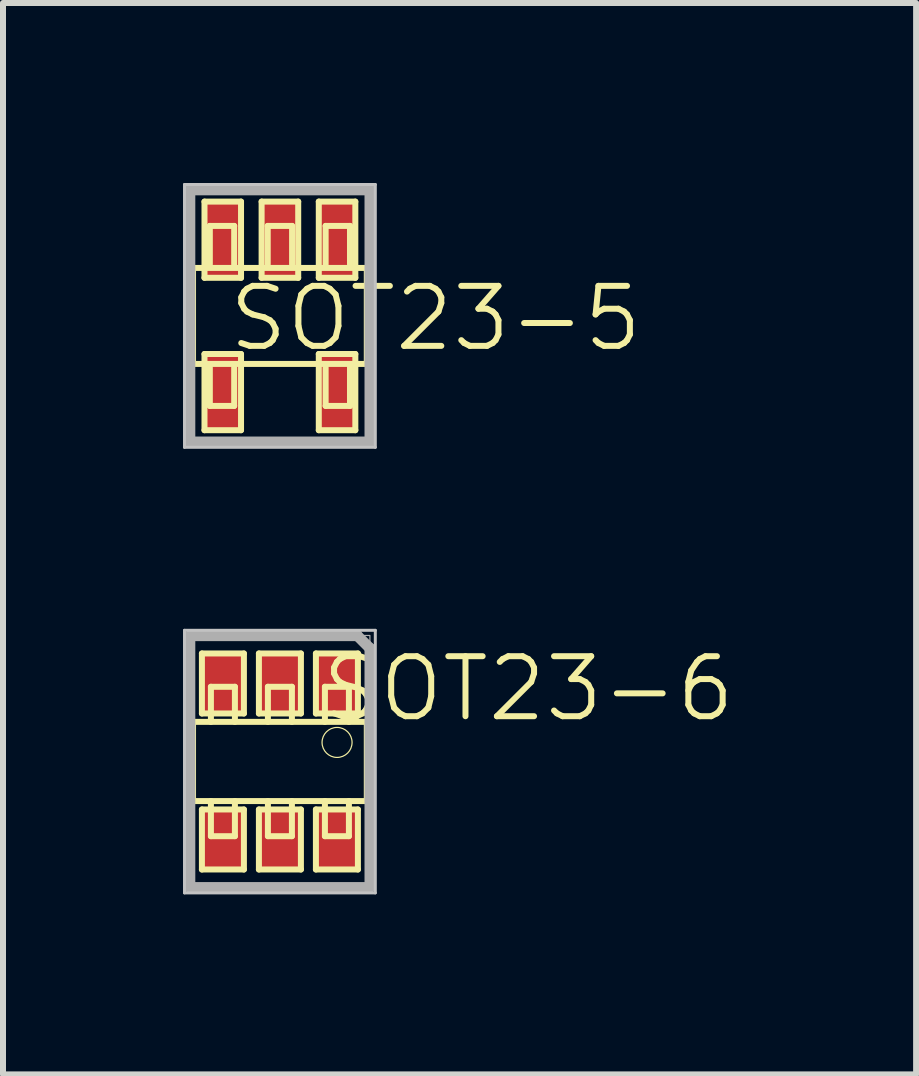
<source format=kicad_pcb>
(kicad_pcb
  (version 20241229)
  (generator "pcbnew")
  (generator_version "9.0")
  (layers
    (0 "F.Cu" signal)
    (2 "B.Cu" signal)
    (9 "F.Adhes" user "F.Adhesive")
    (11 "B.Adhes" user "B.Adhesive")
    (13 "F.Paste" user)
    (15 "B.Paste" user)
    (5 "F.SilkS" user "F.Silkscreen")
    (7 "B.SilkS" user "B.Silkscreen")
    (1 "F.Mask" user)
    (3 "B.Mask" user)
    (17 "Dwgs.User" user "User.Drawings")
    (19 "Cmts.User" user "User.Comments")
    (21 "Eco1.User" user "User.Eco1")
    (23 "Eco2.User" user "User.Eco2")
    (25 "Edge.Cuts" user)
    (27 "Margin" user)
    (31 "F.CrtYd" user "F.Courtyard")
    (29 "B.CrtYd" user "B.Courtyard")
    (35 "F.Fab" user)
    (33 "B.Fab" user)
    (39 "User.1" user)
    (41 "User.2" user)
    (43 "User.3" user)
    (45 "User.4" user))
  (footprint "SOT23-6"
    (placed yes)
    (layer "F.Cu")
    (at 1.615 9.641)
    (property "Reference" "SOT23-6" (at 0.646 -0.627 180) (layer "F.SilkS") (effects (font (size 1 1) (thickness 0.1)) (justify left bottom)))
    (attr through_hole)
    (fp_line (start -1.448 -0.66) (end -1.448 0.66) (stroke (width 0.1) (type solid)) (layer "F.SilkS"))
    (fp_line (start -1.448 0.66) (end 1.448 0.66) (stroke (width 0.1) (type solid)) (layer "F.SilkS"))
    (fp_line (start -1.3 -1.8) (end -1.3 -0.8) (stroke (width 0.1) (type solid)) (layer "F.SilkS"))
    (fp_line (start -1.3 -0.8) (end -0.6 -0.8) (stroke (width 0.1) (type solid)) (layer "F.SilkS"))
    (fp_line (start -1.3 0.8) (end -1.3 1.8) (stroke (width 0.1) (type solid)) (layer "F.SilkS"))
    (fp_line (start -1.3 1.8) (end -0.6 1.8) (stroke (width 0.1) (type solid)) (layer "F.SilkS"))
    (fp_line (start -1.15 -1.245) (end -0.75 -1.245) (stroke (width 0.1) (type solid)) (layer "F.SilkS"))
    (fp_line (start -1.15 -0.66) (end -1.15 -1.245) (stroke (width 0.1) (type solid)) (layer "F.SilkS"))
    (fp_line (start -1.15 1.245) (end -1.15 0.66) (stroke (width 0.1) (type solid)) (layer "F.SilkS"))
    (fp_line (start -0.75 -1.245) (end -0.75 -0.66) (stroke (width 0.1) (type solid)) (layer "F.SilkS"))
    (fp_line (start -0.75 0.66) (end -0.75 1.245) (stroke (width 0.1) (type solid)) (layer "F.SilkS"))
    (fp_line (start -0.75 1.245) (end -1.15 1.245) (stroke (width 0.1) (type solid)) (layer "F.SilkS"))
    (fp_line (start -0.6 -1.8) (end -1.3 -1.8) (stroke (width 0.1) (type solid)) (layer "F.SilkS"))
    (fp_line (start -0.6 -0.8) (end -0.6 -1.8) (stroke (width 0.1) (type solid)) (layer "F.SilkS"))
    (fp_line (start -0.6 0.8) (end -1.3 0.8) (stroke (width 0.1) (type solid)) (layer "F.SilkS"))
    (fp_line (start -0.6 1.8) (end -0.6 0.8) (stroke (width 0.1) (type solid)) (layer "F.SilkS"))
    (fp_line (start -0.35 -1.8) (end -0.35 -0.8) (stroke (width 0.1) (type solid)) (layer "F.SilkS"))
    (fp_line (start -0.35 -0.8) (end 0.35 -0.8) (stroke (width 0.1) (type solid)) (layer "F.SilkS"))
    (fp_line (start -0.35 0.8) (end -0.35 1.8) (stroke (width 0.1) (type solid)) (layer "F.SilkS"))
    (fp_line (start -0.35 1.8) (end 0.35 1.8) (stroke (width 0.1) (type solid)) (layer "F.SilkS"))
    (fp_line (start -0.2 -1.245) (end 0.2 -1.245) (stroke (width 0.1) (type solid)) (layer "F.SilkS"))
    (fp_line (start -0.2 -0.66) (end -0.2 -1.245) (stroke (width 0.1) (type solid)) (layer "F.SilkS"))
    (fp_line (start -0.2 1.245) (end -0.2 0.66) (stroke (width 0.1) (type solid)) (layer "F.SilkS"))
    (fp_line (start 0.2 -1.245) (end 0.2 -0.66) (stroke (width 0.1) (type solid)) (layer "F.SilkS"))
    (fp_line (start 0.2 0.66) (end 0.2 1.245) (stroke (width 0.1) (type solid)) (layer "F.SilkS"))
    (fp_line (start 0.2 1.245) (end -0.2 1.245) (stroke (width 0.1) (type solid)) (layer "F.SilkS"))
    (fp_line (start 0.35 -1.8) (end -0.35 -1.8) (stroke (width 0.1) (type solid)) (layer "F.SilkS"))
    (fp_line (start 0.35 -0.8) (end 0.35 -1.8) (stroke (width 0.1) (type solid)) (layer "F.SilkS"))
    (fp_line (start 0.35 0.8) (end -0.35 0.8) (stroke (width 0.1) (type solid)) (layer "F.SilkS"))
    (fp_line (start 0.35 1.8) (end 0.35 0.8) (stroke (width 0.1) (type solid)) (layer "F.SilkS"))
    (fp_line (start 0.6 -1.8) (end 0.6 -0.8) (stroke (width 0.1) (type solid)) (layer "F.SilkS"))
    (fp_line (start 0.6 -0.8) (end 1.3 -0.8) (stroke (width 0.1) (type solid)) (layer "F.SilkS"))
    (fp_line (start 0.6 0.8) (end 0.6 1.8) (stroke (width 0.1) (type solid)) (layer "F.SilkS"))
    (fp_line (start 0.6 1.8) (end 1.3 1.8) (stroke (width 0.1) (type solid)) (layer "F.SilkS"))
    (fp_line (start 0.75 -1.245) (end 1.15 -1.245) (stroke (width 0.1) (type solid)) (layer "F.SilkS"))
    (fp_line (start 0.75 -0.66) (end 0.75 -1.245) (stroke (width 0.1) (type solid)) (layer "F.SilkS"))
    (fp_line (start 0.75 1.245) (end 0.75 0.66) (stroke (width 0.1) (type solid)) (layer "F.SilkS"))
    (fp_line (start 1.15 -1.245) (end 1.15 -0.66) (stroke (width 0.1) (type solid)) (layer "F.SilkS"))
    (fp_line (start 1.15 0.66) (end 1.15 1.245) (stroke (width 0.1) (type solid)) (layer "F.SilkS"))
    (fp_line (start 1.15 1.245) (end 0.75 1.245) (stroke (width 0.1) (type solid)) (layer "F.SilkS"))
    (fp_line (start 1.3 -1.8) (end 0.6 -1.8) (stroke (width 0.1) (type solid)) (layer "F.SilkS"))
    (fp_line (start 1.3 -0.8) (end 1.3 -1.8) (stroke (width 0.1) (type solid)) (layer "F.SilkS"))
    (fp_line (start 1.3 0.8) (end 0.6 0.8) (stroke (width 0.1) (type solid)) (layer "F.SilkS"))
    (fp_line (start 1.3 1.8) (end 1.3 0.8) (stroke (width 0.1) (type solid)) (layer "F.SilkS"))
    (fp_line (start 1.448 -0.66) (end -1.448 -0.66) (stroke (width 0.1) (type solid)) (layer "F.SilkS"))
    (fp_line (start 1.448 0.66) (end 1.448 -0.66) (stroke (width 0.1) (type solid)) (layer "F.SilkS"))
    (fp_arc (start 1.2025 -0.3175) (mid 0.7025 -0.3175) (end 1.2025 -0.3175) (stroke (width 0.02) (type solid)) (layer "F.SilkS"))
    (fp_line (start -1.59 -2.186) (end 1.59 -2.186) (stroke (width 0.05) (type solid)) (layer "Dwgs.User"))
    (fp_line (start -1.59 2.19) (end -1.59 -2.186) (stroke (width 0.05) (type solid)) (layer "Dwgs.User"))
    (fp_line (start 1.59 -2.186) (end 1.59 2.19) (stroke (width 0.05) (type solid)) (layer "Dwgs.User"))
    (fp_line (start 1.59 2.19) (end -1.59 2.19) (stroke (width 0.05) (type solid)) (layer "Dwgs.User"))
    (fp_line (start -1.5 -2.096) (end -1.5 2.1) (stroke (width 0.18) (type solid)) (layer "F.Fab"))
    (fp_line (start -1.5 2.1) (end 1.5 2.1) (stroke (width 0.18) (type solid)) (layer "F.Fab"))
    (fp_line (start 1.291 -2.096) (end -1.5 -2.096) (stroke (width 0.18) (type solid)) (layer "F.Fab"))
    (fp_line (start 1.5 -1.887) (end 1.291 -2.096) (stroke (width 0.18) (type solid)) (layer "F.Fab"))
    (fp_line (start 1.5 2.1) (end 1.5 -1.887) (stroke (width 0.18) (type solid)) (layer "F.Fab"))
    (fp_poly (pts (xy -1.5 -2.1) (xy 1.5 -2.1) (xy 1.5 2.1) (xy -1.5 2.1)) (stroke (width 0.02) (type solid)) (fill no) (layer "F.Fab"))
    (pad "1" smd rect (at 0.95 -1.3) (size 0.7 1) (layers "F.Cu" "F.Mask" "F.Paste"))
    (pad "2" smd rect (at 0 -1.3) (size 0.7 1) (layers "F.Cu" "F.Mask" "F.Paste"))
    (pad "3" smd rect (at -0.95 -1.3) (size 0.7 1) (layers "F.Cu" "F.Mask" "F.Paste"))
    (pad "4" smd rect (at -0.95 1.3) (size 0.7 1) (layers "F.Cu" "F.Mask" "F.Paste"))
    (pad "5" smd rect (at 0 1.3) (size 0.7 1) (layers "F.Cu" "F.Mask" "F.Paste"))
    (pad "6" smd rect (at 0.95 1.3) (size 0.7 1) (layers "F.Cu" "F.Mask" "F.Paste")))
  (footprint "SOT23-5"
    (placed yes)
    (layer "F.Cu")
    (at 1.615 2.215)
    (property "Reference" "SOT23-5" (at -0.9 0.627 0) (layer "F.SilkS") (effects (font (size 1 1) (thickness 0.1)) (justify left bottom)))
    (attr through_hole)
    (fp_line (start -1.448 -0.8) (end -1.448 0.8) (stroke (width 0.1) (type solid)) (layer "F.SilkS"))
    (fp_line (start -1.448 0.8) (end 1.448 0.8) (stroke (width 0.1) (type solid)) (layer "F.SilkS"))
    (fp_line (start -1.257 -1.905) (end -0.648 -1.905) (stroke (width 0.1) (type solid)) (layer "F.SilkS"))
    (fp_line (start -1.257 -0.635) (end -1.257 -1.905) (stroke (width 0.1) (type solid)) (layer "F.SilkS"))
    (fp_line (start -1.257 0.635) (end -0.648 0.635) (stroke (width 0.1) (type solid)) (layer "F.SilkS"))
    (fp_line (start -1.257 1.905) (end -1.257 0.635) (stroke (width 0.1) (type solid)) (layer "F.SilkS"))
    (fp_line (start -1.168 -1.5) (end -0.762 -1.5) (stroke (width 0.1) (type solid)) (layer "F.SilkS"))
    (fp_line (start -1.168 -0.86) (end -1.168 -1.5) (stroke (width 0.1) (type solid)) (layer "F.SilkS"))
    (fp_line (start -1.168 1.5) (end -1.168 0.86) (stroke (width 0.1) (type solid)) (layer "F.SilkS"))
    (fp_line (start -0.762 -1.5) (end -0.762 -0.86) (stroke (width 0.1) (type solid)) (layer "F.SilkS"))
    (fp_line (start -0.762 0.86) (end -0.762 1.5) (stroke (width 0.1) (type solid)) (layer "F.SilkS"))
    (fp_line (start -0.762 1.5) (end -1.168 1.5) (stroke (width 0.1) (type solid)) (layer "F.SilkS"))
    (fp_line (start -0.648 -1.905) (end -0.648 -0.635) (stroke (width 0.1) (type solid)) (layer "F.SilkS"))
    (fp_line (start -0.648 -0.635) (end -1.257 -0.635) (stroke (width 0.1) (type solid)) (layer "F.SilkS"))
    (fp_line (start -0.648 0.635) (end -0.648 1.905) (stroke (width 0.1) (type solid)) (layer "F.SilkS"))
    (fp_line (start -0.648 1.905) (end -1.257 1.905) (stroke (width 0.1) (type solid)) (layer "F.SilkS"))
    (fp_line (start -0.305 -1.905) (end 0.305 -1.905) (stroke (width 0.1) (type solid)) (layer "F.SilkS"))
    (fp_line (start -0.305 -0.635) (end -0.305 -1.905) (stroke (width 0.1) (type solid)) (layer "F.SilkS"))
    (fp_line (start -0.203 -1.5) (end 0.203 -1.5) (stroke (width 0.1) (type solid)) (layer "F.SilkS"))
    (fp_line (start -0.203 -0.86) (end -0.203 -1.5) (stroke (width 0.1) (type solid)) (layer "F.SilkS"))
    (fp_line (start 0.203 -1.5) (end 0.203 -0.86) (stroke (width 0.1) (type solid)) (layer "F.SilkS"))
    (fp_line (start 0.305 -1.905) (end 0.305 -0.635) (stroke (width 0.1) (type solid)) (layer "F.SilkS"))
    (fp_line (start 0.305 -0.635) (end -0.305 -0.635) (stroke (width 0.1) (type solid)) (layer "F.SilkS"))
    (fp_line (start 0.648 -1.905) (end 1.257 -1.905) (stroke (width 0.1) (type solid)) (layer "F.SilkS"))
    (fp_line (start 0.648 -0.635) (end 0.648 -1.905) (stroke (width 0.1) (type solid)) (layer "F.SilkS"))
    (fp_line (start 0.648 0.635) (end 1.257 0.635) (stroke (width 0.1) (type solid)) (layer "F.SilkS"))
    (fp_line (start 0.648 1.905) (end 0.648 0.635) (stroke (width 0.1) (type solid)) (layer "F.SilkS"))
    (fp_line (start 0.762 -1.5) (end 1.168 -1.5) (stroke (width 0.1) (type solid)) (layer "F.SilkS"))
    (fp_line (start 0.762 -0.86) (end 0.762 -1.5) (stroke (width 0.1) (type solid)) (layer "F.SilkS"))
    (fp_line (start 0.762 1.5) (end 0.762 0.86) (stroke (width 0.1) (type solid)) (layer "F.SilkS"))
    (fp_line (start 1.168 -1.5) (end 1.168 -0.86) (stroke (width 0.1) (type solid)) (layer "F.SilkS"))
    (fp_line (start 1.168 0.86) (end 1.168 1.5) (stroke (width 0.1) (type solid)) (layer "F.SilkS"))
    (fp_line (start 1.168 1.5) (end 0.762 1.5) (stroke (width 0.1) (type solid)) (layer "F.SilkS"))
    (fp_line (start 1.257 -1.905) (end 1.257 -0.635) (stroke (width 0.1) (type solid)) (layer "F.SilkS"))
    (fp_line (start 1.257 -0.635) (end 0.648 -0.635) (stroke (width 0.1) (type solid)) (layer "F.SilkS"))
    (fp_line (start 1.257 0.635) (end 1.257 1.905) (stroke (width 0.1) (type solid)) (layer "F.SilkS"))
    (fp_line (start 1.257 1.905) (end 0.648 1.905) (stroke (width 0.1) (type solid)) (layer "F.SilkS"))
    (fp_line (start 1.448 -0.8) (end -1.448 -0.8) (stroke (width 0.1) (type solid)) (layer "F.SilkS"))
    (fp_line (start 1.448 0.8) (end 1.448 -0.8) (stroke (width 0.1) (type solid)) (layer "F.SilkS"))
    (fp_line (start -1.59 -2.19) (end 1.59 -2.19) (stroke (width 0.05) (type solid)) (layer "Dwgs.User"))
    (fp_line (start -1.59 2.19) (end -1.59 -2.19) (stroke (width 0.05) (type solid)) (layer "Dwgs.User"))
    (fp_line (start 1.59 -2.19) (end 1.59 2.19) (stroke (width 0.05) (type solid)) (layer "Dwgs.User"))
    (fp_line (start 1.59 2.19) (end -1.59 2.19) (stroke (width 0.05) (type solid)) (layer "Dwgs.User"))
    (fp_line (start -1.5 -2.1) (end -1.5 2.1) (stroke (width 0.18) (type solid)) (layer "F.Fab"))
    (fp_line (start -1.5 2.1) (end 1.5 2.1) (stroke (width 0.18) (type solid)) (layer "F.Fab"))
    (fp_line (start 1.5 -2.1) (end -1.5 -2.1) (stroke (width 0.18) (type solid)) (layer "F.Fab"))
    (fp_line (start 1.5 2.1) (end 1.5 -2.1) (stroke (width 0.18) (type solid)) (layer "F.Fab"))
    (fp_poly (pts (xy -1.5 -2.1) (xy 1.5 -2.1) (xy 1.5 2.1) (xy -1.5 2.1)) (stroke (width 0.02) (type solid)) (fill no) (layer "F.Fab"))
    (pad "1" smd rect (at 0.953 -1.27) (size 0.61 1.27) (layers "F.Cu" "F.Mask" "F.Paste"))
    (pad "2" smd rect (at 0 -1.27) (size 0.61 1.27) (layers "F.Cu" "F.Mask" "F.Paste"))
    (pad "3" smd rect (at -0.953 -1.27) (size 0.61 1.27) (layers "F.Cu" "F.Mask" "F.Paste"))
    (pad "4" smd rect (at -0.953 1.27) (size 0.61 1.27) (layers "F.Cu" "F.Mask" "F.Paste"))
    (pad "5" smd rect (at 0.953 1.27) (size 0.61 1.27) (layers "F.Cu" "F.Mask" "F.Paste")))
  (gr_rect
    (start -3 -3)
    (end 12.218 14.856)
    (stroke (width 0.1) (type default))
    (fill no)
    (layer "Edge.Cuts")))
</source>
